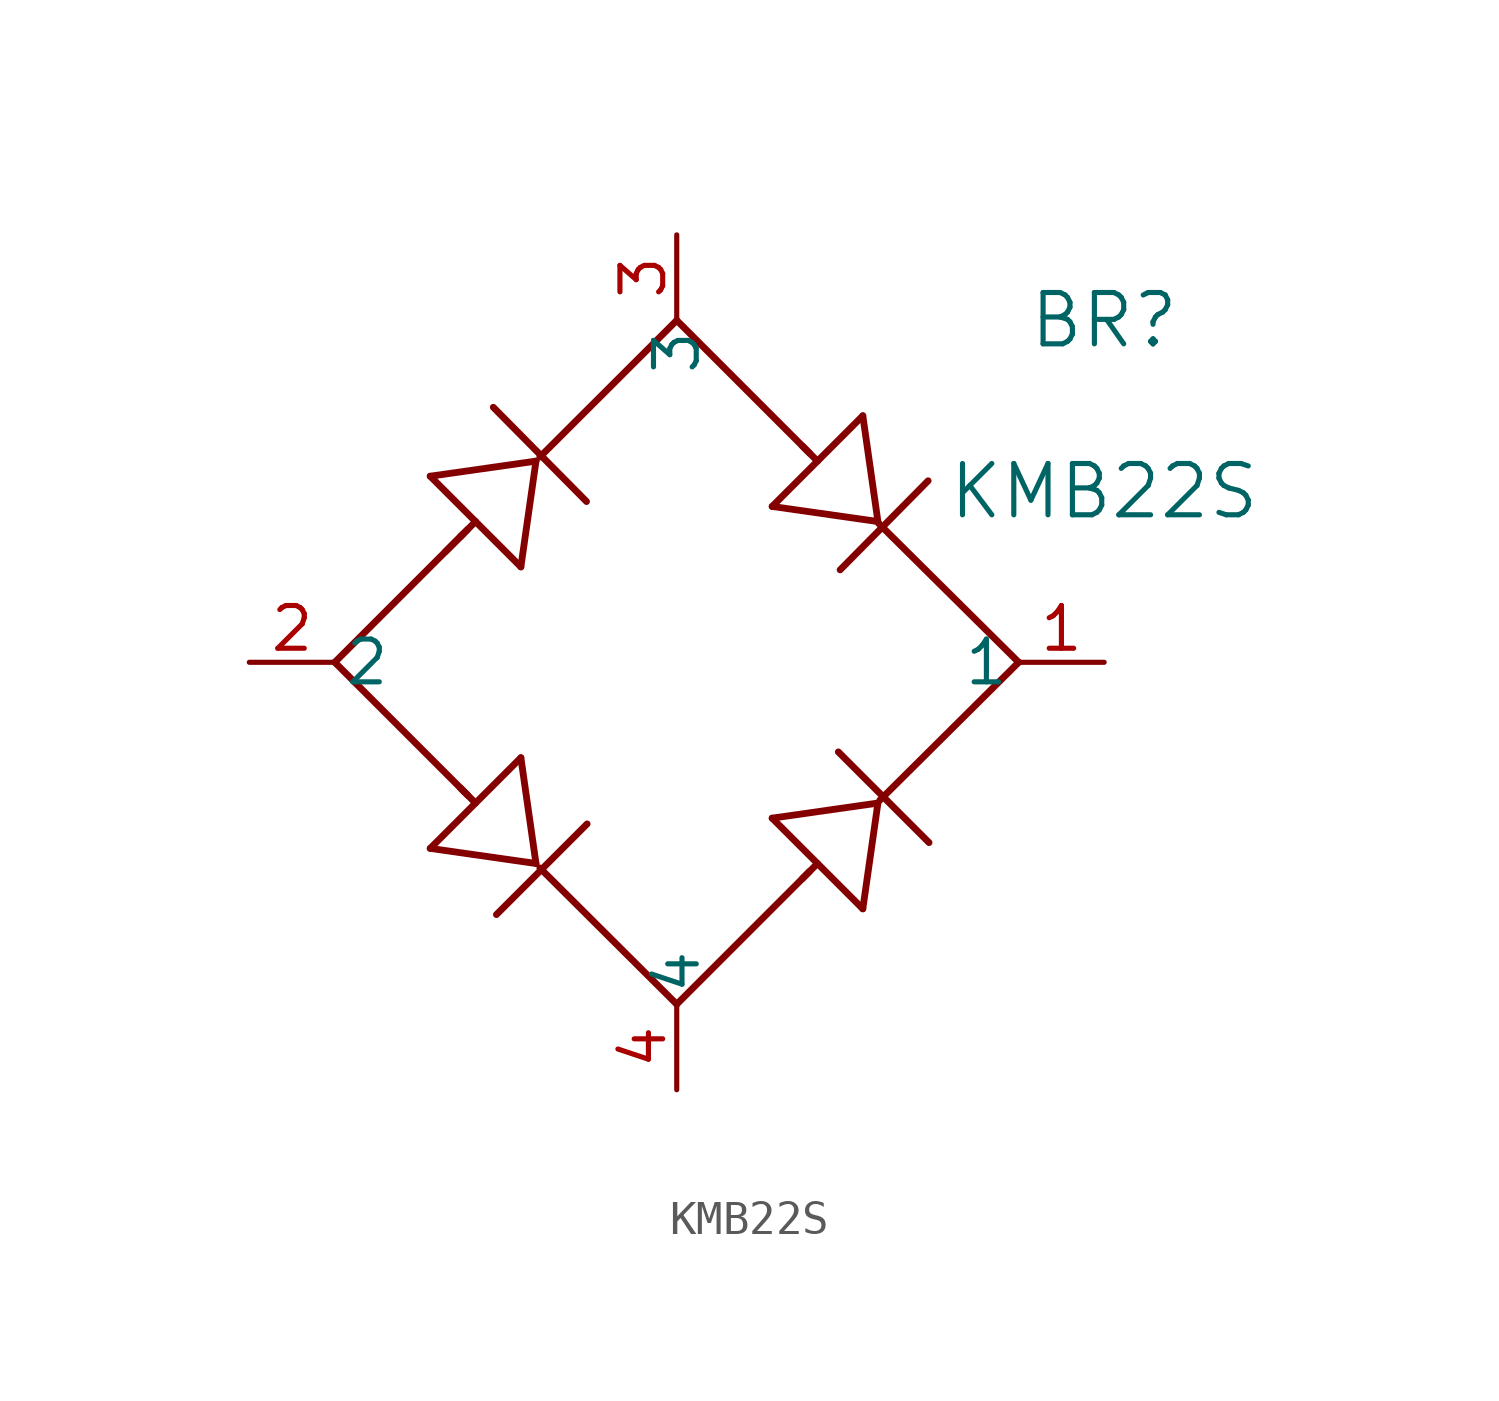
<source format=kicad_sym>
(kicad_symbol_lib
  (version 20231120)
  (generator "kicad_symbol_editor")
  (generator_version "8.0")
  (symbol "KMB22S"
    (pin_names
      (offset 0.254))
    (property "Reference" "BR"
      (at 25.4 10.16 0)
      (effects (font (size 1.524 1.524))))
    (property "Value" "KMB22S"
      (at 25.4 5.08 0)
      (effects (font (size 1.524 1.524))))
    (property "ki_locked" ""
      (at 0 0 0)
      (effects (font (size 1.27 1.27))))
    (symbol "KMB22S_0_1"
      (polyline (pts (xy 2.54 0) (xy 6.35 3.81)) (stroke (width 0.203) (type default)) (fill (type none)))
      (polyline (pts (xy 2.54 0) (xy 6.489 -3.949)) (stroke (width 0.203) (type default)) (fill (type none)))
      (polyline (pts (xy 5.375 -5.529) (xy 8.518 -5.978)) (stroke (width 0.203) (type default)) (fill (type none)))
      (polyline (pts (xy 5.375 5.529) (xy 8.069 2.835)) (stroke (width 0.203) (type default)) (fill (type none)))
      (polyline (pts (xy 5.824 3.284) (xy 6.489 3.949)) (stroke (width 0.203) (type default)) (fill (type none)))
      (polyline (pts (xy 6.273 -3.733) (xy 6.722 -4.182)) (stroke (width 0.203) (type default)) (fill (type none)))
      (polyline (pts (xy 6.273 3.733) (xy 6.722 4.182)) (stroke (width 0.203) (type default)) (fill (type none)))
      (polyline (pts (xy 7.343 -7.496) (xy 10.037 -4.802)) (stroke (width 0.203) (type default)) (fill (type none)))
      (polyline (pts (xy 8.069 -2.835) (xy 5.375 -5.529)) (stroke (width 0.203) (type default)) (fill (type none)))
      (polyline (pts (xy 8.069 2.835) (xy 8.518 5.978)) (stroke (width 0.203) (type default)) (fill (type none)))
      (polyline (pts (xy 8.518 -5.978) (xy 8.069 -2.835)) (stroke (width 0.203) (type default)) (fill (type none)))
      (polyline (pts (xy 8.518 5.978) (xy 5.375 5.529)) (stroke (width 0.203) (type default)) (fill (type none)))
      (polyline (pts (xy 8.634 6.1) (xy 12.7 10.16)) (stroke (width 0.203) (type default)) (fill (type none)))
      (polyline (pts (xy 10.019 4.777) (xy 7.25 7.577)) (stroke (width 0.203) (type default)) (fill (type none)))
      (polyline (pts (xy 12.7 -10.16) (xy 8.634 -6.111)) (stroke (width 0.203) (type default)) (fill (type none)))
      (polyline (pts (xy 12.7 -10.16) (xy 16.648 -6.212)) (stroke (width 0.203) (type default)) (fill (type none)))
      (polyline (pts (xy 12.7 10.16) (xy 16.648 6.212)) (stroke (width 0.203) (type default)) (fill (type none)))
      (polyline (pts (xy 15.535 -4.631) (xy 18.229 -7.325)) (stroke (width 0.203) (type default)) (fill (type none)))
      (polyline (pts (xy 15.535 4.631) (xy 18.678 4.182)) (stroke (width 0.203) (type default)) (fill (type none)))
      (polyline (pts (xy 16.433 -6.427) (xy 16.882 -5.978)) (stroke (width 0.203) (type default)) (fill (type none)))
      (polyline (pts (xy 16.433 6.427) (xy 16.882 5.978)) (stroke (width 0.203) (type default)) (fill (type none)))
      (polyline (pts (xy 17.555 2.747) (xy 20.169 5.393)) (stroke (width 0.203) (type default)) (fill (type none)))
      (polyline (pts (xy 18.229 -7.325) (xy 18.678 -4.182)) (stroke (width 0.203) (type default)) (fill (type none)))
      (polyline (pts (xy 18.229 7.325) (xy 15.535 4.631)) (stroke (width 0.203) (type default)) (fill (type none)))
      (polyline (pts (xy 18.678 -4.182) (xy 15.535 -4.631)) (stroke (width 0.203) (type default)) (fill (type none)))
      (polyline (pts (xy 18.678 4.182) (xy 18.229 7.325)) (stroke (width 0.203) (type default)) (fill (type none)))
      (polyline (pts (xy 20.196 -5.357) (xy 17.502 -2.663)) (stroke (width 0.203) (type default)) (fill (type none)))
      (polyline (pts (xy 22.86 0) (xy 18.693 4.131)) (stroke (width 0.203) (type default)) (fill (type none)))
      (polyline (pts (xy 22.86 0) (xy 18.736 -4.096)) (stroke (width 0.203) (type default)) (fill (type none))))
    (symbol "KMB22S_1_1"
      (pin passive line (at 25.4 0 180) (length 2.54) (name "1" (effects (font (size 1.27 1.27)))) (number "1" (effects (font (size 1.27 1.27)))))
      (pin passive line (at 0 0 0) (length 2.54) (name "2" (effects (font (size 1.27 1.27)))) (number "2" (effects (font (size 1.27 1.27)))))
      (pin passive line (at 12.7 12.7 270) (length 2.54) (name "3" (effects (font (size 1.27 1.27)))) (number "3" (effects (font (size 1.27 1.27)))))
      (pin passive line (at 12.7 -12.7 90) (length 2.54) (name "4" (effects (font (size 1.27 1.27)))) (number "4" (effects (font (size 1.27 1.27))))))))
</source>
